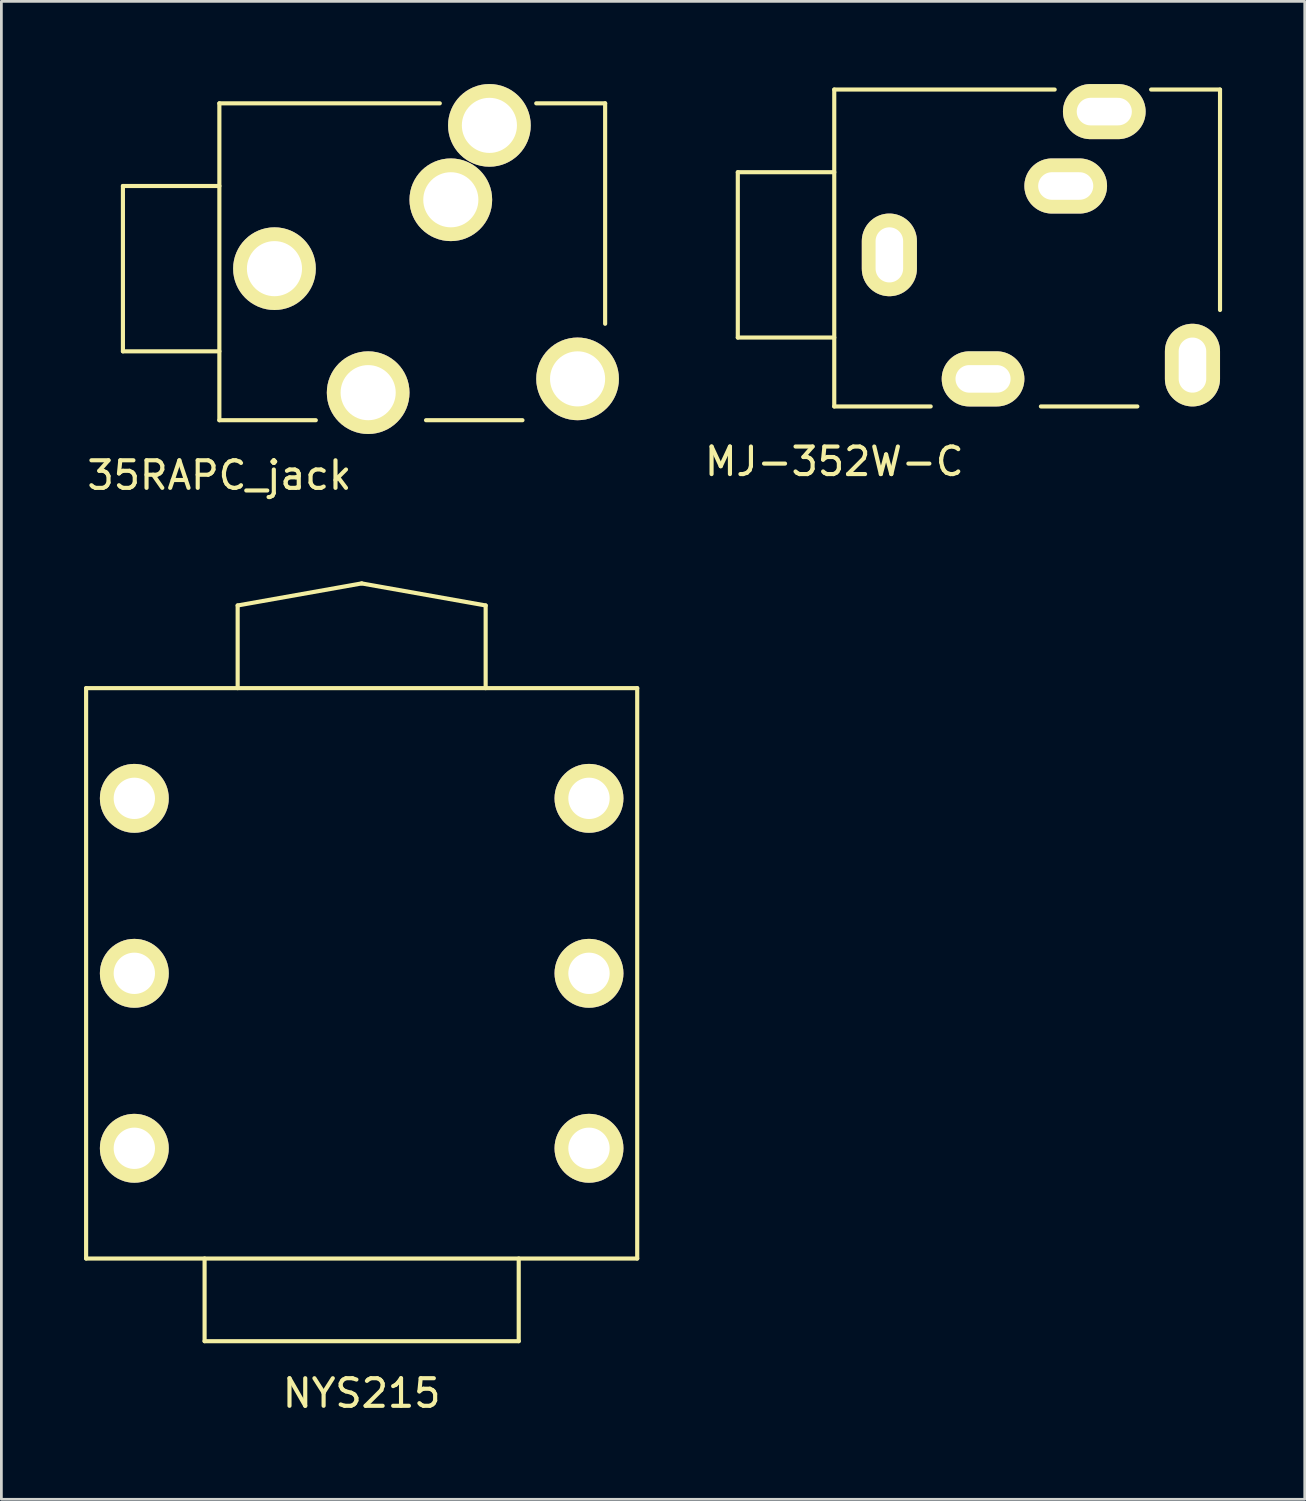
<source format=kicad_pcb>
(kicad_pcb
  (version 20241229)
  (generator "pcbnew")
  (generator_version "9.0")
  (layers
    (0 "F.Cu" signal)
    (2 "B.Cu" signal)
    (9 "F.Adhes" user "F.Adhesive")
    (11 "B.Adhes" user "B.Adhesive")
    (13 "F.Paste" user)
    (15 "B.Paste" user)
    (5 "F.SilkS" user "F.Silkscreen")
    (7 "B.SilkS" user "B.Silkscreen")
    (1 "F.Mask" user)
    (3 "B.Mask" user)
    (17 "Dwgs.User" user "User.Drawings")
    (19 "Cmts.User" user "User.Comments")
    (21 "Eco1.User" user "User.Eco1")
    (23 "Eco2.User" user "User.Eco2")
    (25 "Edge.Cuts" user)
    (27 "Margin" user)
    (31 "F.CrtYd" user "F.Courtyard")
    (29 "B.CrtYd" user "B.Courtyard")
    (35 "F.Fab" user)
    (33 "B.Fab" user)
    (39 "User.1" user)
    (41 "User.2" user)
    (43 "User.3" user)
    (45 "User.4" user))
  (footprint "35RAPC_jack"
    (layer "F.Cu")
    (at 4.911 6.7)
    (property "Reference" "35RAPC_jack" (at 0 7.5 0) (layer "F.SilkS") (effects (font (size 1 1) (thickness 0.15))))
    (attr through_hole)
    (fp_line (start -3.5 -3) (end -3.5 3) (stroke (width 0.15) (type solid)) (layer "F.SilkS"))
    (fp_line (start -3.5 3) (end 0 3) (stroke (width 0.15) (type solid)) (layer "F.SilkS"))
    (fp_line (start 0 -6) (end 0 5.5) (stroke (width 0.15) (type solid)) (layer "F.SilkS"))
    (fp_line (start 0 -6) (end 8 -6) (stroke (width 0.15) (type solid)) (layer "F.SilkS"))
    (fp_line (start 0 -3) (end -3.5 -3) (stroke (width 0.15) (type solid)) (layer "F.SilkS"))
    (fp_line (start 0 5.5) (end 3.5 5.5) (stroke (width 0.15) (type solid)) (layer "F.SilkS"))
    (fp_line (start 7.5 5.5) (end 11 5.5) (stroke (width 0.15) (type solid)) (layer "F.SilkS"))
    (fp_line (start 11.5 -6) (end 14 -6) (stroke (width 0.15) (type solid)) (layer "F.SilkS"))
    (fp_line (start 14 -6) (end 14 2) (stroke (width 0.15) (type solid)) (layer "F.SilkS"))
    (pad "1" thru_hole circle (at 2 0) (size 3 3) (drill 2) (layers "*.Cu" "*.Mask" "F.SilkS"))
    (pad "2" thru_hole circle (at 5.4 4.5) (size 3 3) (drill 2) (layers "*.Cu" "*.Mask" "F.SilkS"))
    (pad "3" thru_hole circle (at 13 4) (size 3 3) (drill 2) (layers "*.Cu" "*.Mask" "F.SilkS"))
    (pad "4" thru_hole circle (at 8.4 -2.5) (size 3 3) (drill 2) (layers "*.Cu" "*.Mask" "F.SilkS"))
    (pad "5" thru_hole circle (at 9.8 -5.2) (size 3 3) (drill 2) (layers "*.Cu" "*.Mask" "F.SilkS")))
  (footprint "NYS215"
    (layer "F.Cu")
    (at 10.075 38.623)
    (property "Reference" "NYS215" (at 0 8.89 0) (layer "F.SilkS") (effects (font (size 1 1) (thickness 0.15))))
    (attr through_hole)
    (fp_line (start -10 -16.7) (end 10 -16.7) (stroke (width 0.15) (type solid)) (layer "F.SilkS"))
    (fp_line (start -10 4) (end -10 -16.7) (stroke (width 0.15) (type solid)) (layer "F.SilkS"))
    (fp_line (start -5.7 4) (end -5.7 7) (stroke (width 0.15) (type solid)) (layer "F.SilkS"))
    (fp_line (start -5.7 7) (end 5.7 7) (stroke (width 0.15) (type solid)) (layer "F.SilkS"))
    (fp_line (start -4.5 -19.7) (end 0 -20.5) (stroke (width 0.15) (type solid)) (layer "F.SilkS"))
    (fp_line (start -4.5 -16.7) (end -4.5 -19.7) (stroke (width 0.15) (type solid)) (layer "F.SilkS"))
    (fp_line (start 0 -20.5) (end 4.5 -19.7) (stroke (width 0.15) (type solid)) (layer "F.SilkS"))
    (fp_line (start 4.5 -19.7) (end 4.5 -16.7) (stroke (width 0.15) (type solid)) (layer "F.SilkS"))
    (fp_line (start 5.7 4) (end 5.7 7) (stroke (width 0.15) (type solid)) (layer "F.SilkS"))
    (fp_line (start 10 -16.7) (end 10 4) (stroke (width 0.15) (type solid)) (layer "F.SilkS"))
    (fp_line (start 10 4) (end -10 4) (stroke (width 0.15) (type solid)) (layer "F.SilkS"))
    (pad "1" thru_hole circle (at 8.25 0) (size 2.5 2.5) (drill 1.5) (layers "*.Cu" "*.Mask" "F.SilkS"))
    (pad "2" thru_hole circle (at 8.25 -12.7) (size 2.5 2.5) (drill 1.5) (layers "*.Cu" "*.Mask" "F.SilkS"))
    (pad "3" thru_hole circle (at 8.25 -6.35) (size 2.5 2.5) (drill 1.5) (layers "*.Cu" "*.Mask" "F.SilkS"))
    (pad "4" thru_hole circle (at -8.25 0) (size 2.5 2.5) (drill 1.5) (layers "*.Cu" "*.Mask" "F.SilkS"))
    (pad "5" thru_hole circle (at -8.25 -12.7) (size 2.5 2.5) (drill 1.5) (layers "*.Cu" "*.Mask" "F.SilkS"))
    (pad "6" thru_hole circle (at -8.25 -6.35) (size 2.5 2.5) (drill 1.5) (layers "*.Cu" "*.Mask" "F.SilkS")))
  (footprint "MJ-352W-C"
    (layer "F.Cu")
    (at 27.226 6.2)
    (property "Reference" "MJ-352W-C" (at 0 7.5 0) (layer "F.SilkS") (effects (font (size 1 1) (thickness 0.15))))
    (attr through_hole)
    (fp_line (start -3.5 -3) (end -3.5 3) (stroke (width 0.15) (type solid)) (layer "F.SilkS"))
    (fp_line (start -3.5 3) (end 0 3) (stroke (width 0.15) (type solid)) (layer "F.SilkS"))
    (fp_line (start 0 -6) (end 0 5.5) (stroke (width 0.15) (type solid)) (layer "F.SilkS"))
    (fp_line (start 0 -6) (end 8 -6) (stroke (width 0.15) (type solid)) (layer "F.SilkS"))
    (fp_line (start 0 -3) (end -3.5 -3) (stroke (width 0.15) (type solid)) (layer "F.SilkS"))
    (fp_line (start 0 5.5) (end 3.5 5.5) (stroke (width 0.15) (type solid)) (layer "F.SilkS"))
    (fp_line (start 7.5 5.5) (end 11 5.5) (stroke (width 0.15) (type solid)) (layer "F.SilkS"))
    (fp_line (start 11.5 -6) (end 14 -6) (stroke (width 0.15) (type solid)) (layer "F.SilkS"))
    (fp_line (start 14 -6) (end 14 2) (stroke (width 0.15) (type solid)) (layer "F.SilkS"))
    (pad "1" thru_hole oval (at 2 0) (size 2 3) (drill oval 1 2) (layers "*.Cu" "*.Mask" "F.SilkS"))
    (pad "2" thru_hole oval (at 5.4 4.5) (size 3 2) (drill oval 2 1) (layers "*.Cu" "*.Mask" "F.SilkS"))
    (pad "3" thru_hole oval (at 13 4) (size 2 3) (drill oval 1 2) (layers "*.Cu" "*.Mask" "F.SilkS"))
    (pad "4" thru_hole oval (at 8.4 -2.5) (size 3 2) (drill oval 2 1) (layers "*.Cu" "*.Mask" "F.SilkS"))
    (pad "5" thru_hole oval (at 9.8 -5.2) (size 3 2) (drill oval 2 1) (layers "*.Cu" "*.Mask" "F.SilkS")))
  (gr_rect
    (start -3 -3)
    (end 44.301 51.361)
    (stroke (width 0.1) (type default))
    (fill no)
    (layer "Edge.Cuts")))
</source>
